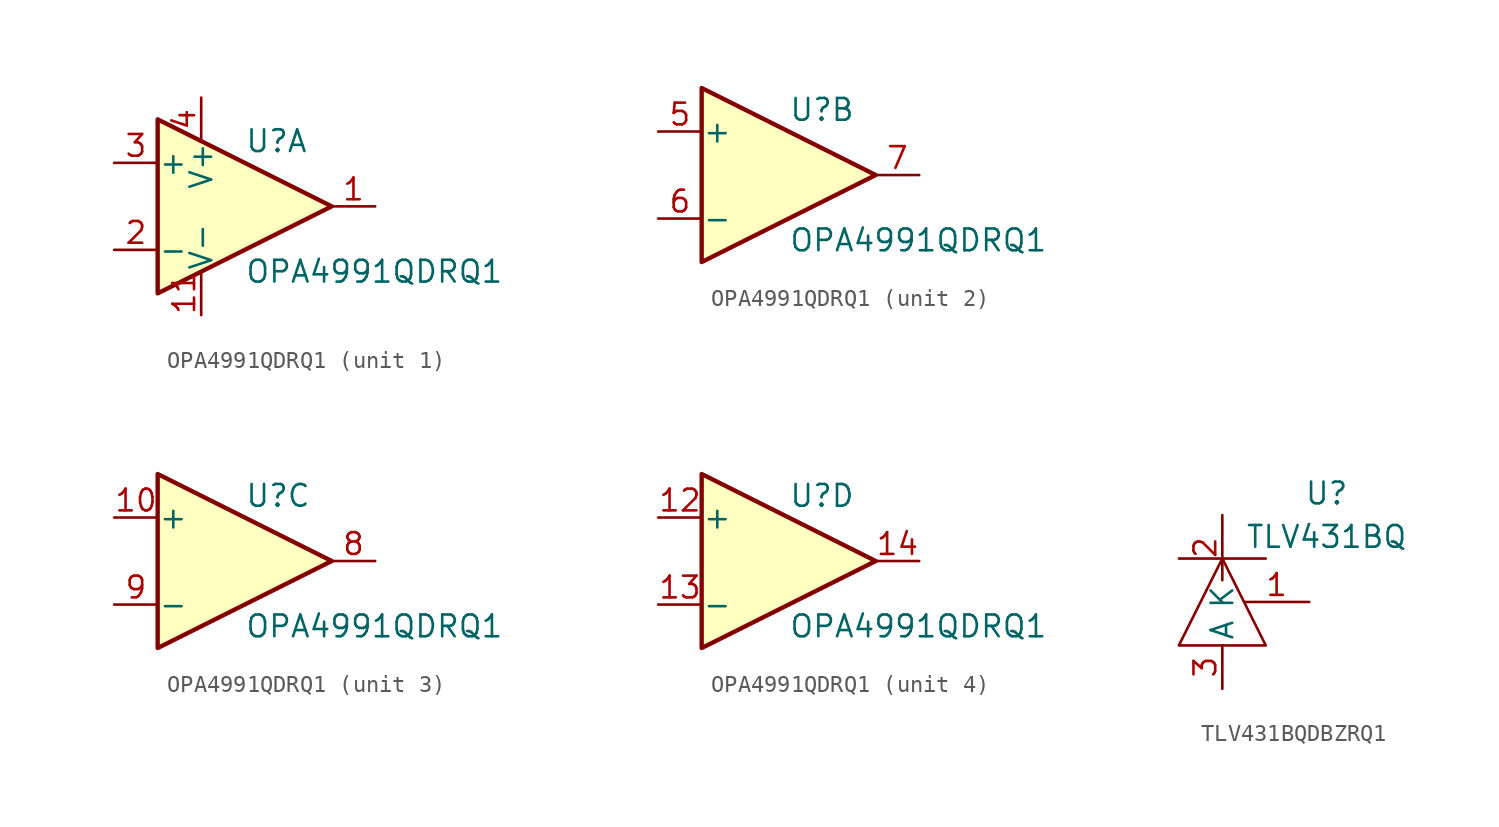
<source format=kicad_sym>
(kicad_symbol_lib
  (version 20231120)
  (generator "kicad_symbol_editor")
  (generator_version "8.0")
  (symbol "OPA4991QDRQ1"
    (pin_names
      (offset 0.025))
    (property "Reference" "U"
      (at 0 3.81 0)
      (effects (font (size 1.27 1.27)) (justify left)))
    (property "Value" "OPA4991QDRQ1"
      (at 0 -3.81 0)
      (effects (font (size 1.27 1.27)) (justify left)))
    (symbol "OPA4991QDRQ1_1_1"
      (polyline (pts (xy -5.08 5.08) (xy 5.08 0) (xy -5.08 -5.08) (xy -5.08 5.08)) (stroke (width 0.254) (type default)) (fill (type background)))
      (pin output line (at 7.62 0 180) (length 2.54) (name "~" (effects (font (size 1.27 1.27)))) (number "1" (effects (font (size 1.27 1.27)))))
      (pin power_in line (at -2.54 -6.35 90) (length 2.54) (name "V-" (effects (font (size 1.27 1.27)))) (number "11" (effects (font (size 1.27 1.27)))))
      (pin input line (at -7.62 -2.54 0) (length 2.54) (name "-" (effects (font (size 1.27 1.27)))) (number "2" (effects (font (size 1.27 1.27)))))
      (pin input line (at -7.62 2.54 0) (length 2.54) (name "+" (effects (font (size 1.27 1.27)))) (number "3" (effects (font (size 1.27 1.27)))))
      (pin power_in line (at -2.54 6.35 270) (length 2.54) (name "V+" (effects (font (size 1.27 1.27)))) (number "4" (effects (font (size 1.27 1.27))))))
    (symbol "OPA4991QDRQ1_2_1"
      (polyline (pts (xy -5.08 5.08) (xy 5.08 0) (xy -5.08 -5.08) (xy -5.08 5.08)) (stroke (width 0.254) (type default)) (fill (type background)))
      (pin input line (at -7.62 2.54 0) (length 2.54) (name "+" (effects (font (size 1.27 1.27)))) (number "5" (effects (font (size 1.27 1.27)))))
      (pin input line (at -7.62 -2.54 0) (length 2.54) (name "-" (effects (font (size 1.27 1.27)))) (number "6" (effects (font (size 1.27 1.27)))))
      (pin output line (at 7.62 0 180) (length 2.54) (name "~" (effects (font (size 1.27 1.27)))) (number "7" (effects (font (size 1.27 1.27))))))
    (symbol "OPA4991QDRQ1_3_1"
      (polyline (pts (xy -5.08 5.08) (xy 5.08 0) (xy -5.08 -5.08) (xy -5.08 5.08)) (stroke (width 0.254) (type default)) (fill (type background)))
      (pin input line (at -7.62 2.54 0) (length 2.54) (name "+" (effects (font (size 1.27 1.27)))) (number "10" (effects (font (size 1.27 1.27)))))
      (pin output line (at 7.62 0 180) (length 2.54) (name "~" (effects (font (size 1.27 1.27)))) (number "8" (effects (font (size 1.27 1.27)))))
      (pin input line (at -7.62 -2.54 0) (length 2.54) (name "-" (effects (font (size 1.27 1.27)))) (number "9" (effects (font (size 1.27 1.27))))))
    (symbol "OPA4991QDRQ1_4_1"
      (polyline (pts (xy -5.08 5.08) (xy 5.08 0) (xy -5.08 -5.08) (xy -5.08 5.08)) (stroke (width 0.254) (type default)) (fill (type background)))
      (pin input line (at -7.62 2.54 0) (length 2.54) (name "+" (effects (font (size 1.27 1.27)))) (number "12" (effects (font (size 1.27 1.27)))))
      (pin input line (at -7.62 -2.54 0) (length 2.54) (name "-" (effects (font (size 1.27 1.27)))) (number "13" (effects (font (size 1.27 1.27)))))
      (pin output line (at 7.62 0 180) (length 2.54) (name "~" (effects (font (size 1.27 1.27)))) (number "14" (effects (font (size 1.27 1.27)))))))
  (symbol "TLV431BQDBZRQ1"
    (pin_names
      (offset 0.254))
    (property "Reference" "U"
      (at 6.096 6.35 0)
      (effects (font (size 1.27 1.27))))
    (property "Value" "TLV431BQ"
      (at 6.096 3.81 0)
      (effects (font (size 1.27 1.27))))
    (symbol "TLV431BQDBZRQ1_0_1"
      (polyline (pts (xy -2.54 2.54) (xy 2.54 2.54)) (stroke (width 0) (type default)) (fill (type none)))
      (polyline (pts (xy 0 2.54) (xy -2.54 -2.54) (xy 2.54 -2.54) (xy 0 2.54)) (stroke (width 0) (type default)) (fill (type none))))
    (symbol "TLV431BQDBZRQ1_1_1"
      (pin passive line (at 5.08 0 180) (length 3.81) (name "" (effects (font (size 1.27 1.27)))) (number "1" (effects (font (size 1.27 1.27)))))
      (pin passive line (at 0 5.08 270) (length 3.81) (name "K" (effects (font (size 1.27 1.27)))) (number "2" (effects (font (size 1.27 1.27)))))
      (pin passive line (at 0 -5.08 90) (length 2.54) (name "A" (effects (font (size 1.27 1.27)))) (number "3" (effects (font (size 1.27 1.27))))))))
</source>
